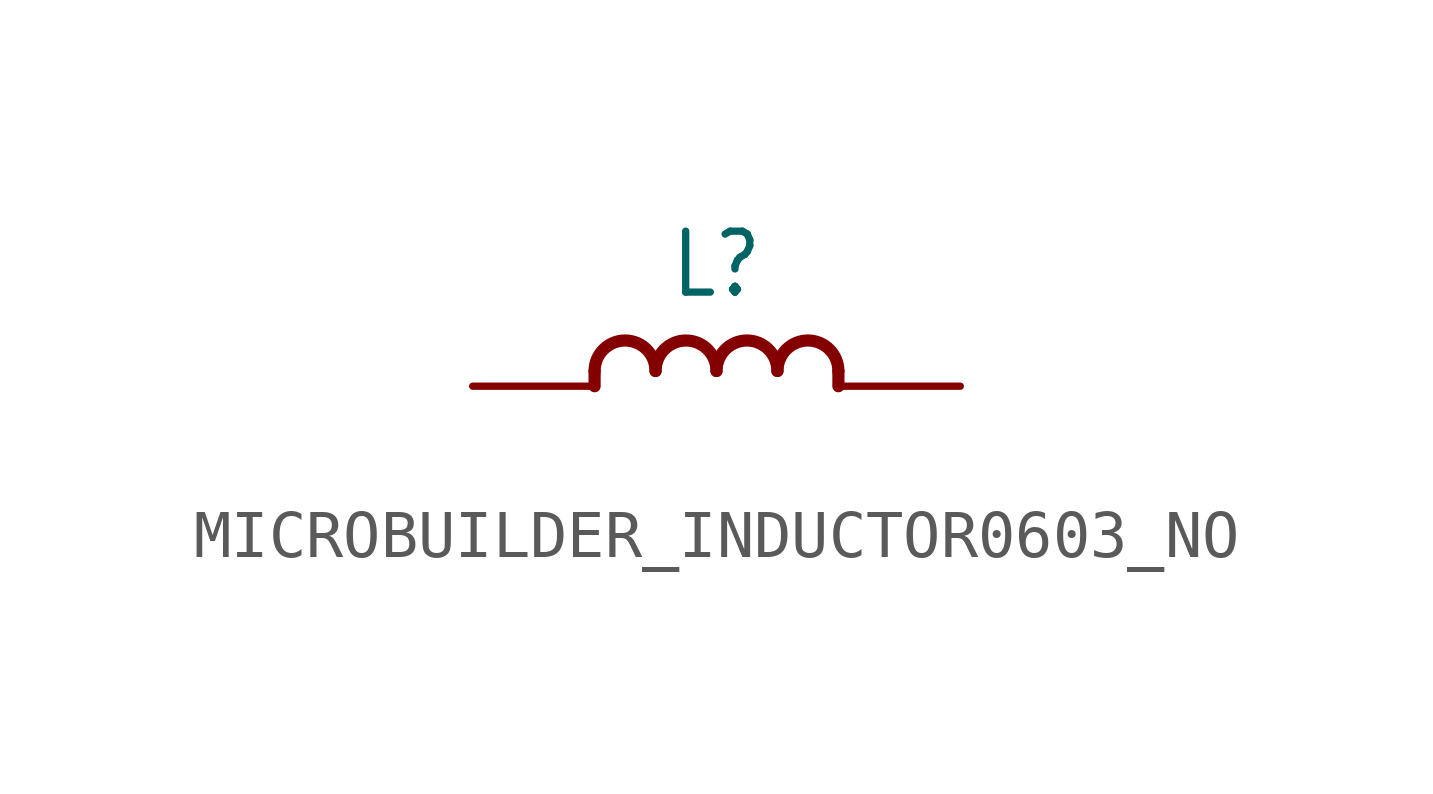
<source format=kicad_sym>
(kicad_symbol_lib
  (version 20220914)
  (generator kicad_symbol_editor)
  (symbol "MICROBUILDER_INDUCTOR0603_NO"
    (property "Reference" "L"
      (at 0 2.54 0)
      (effects (font (size 1.27 1.079))))
    (property "Value" ""
      (at 0 -1.54 0)
      (effects (font (size 1.27 1.079))))
    (property "ki_locked" ""
      (at 0 0 0)
      (effects (font (size 1.27 1.27))))
    (symbol "MICROBUILDER_INDUCTOR0603_NO_1_0"
      (arc (start -1.27 0.3173) (mid -1.9049 0.9497) (end -2.54 0.3175) (stroke (width 0.254) (type solid)) (fill (type none)))
      (polyline (pts (xy -2.54 0.318) (xy -2.54 0)) (stroke (width 0.254) (type solid)) (fill (type none)))
      (polyline (pts (xy 2.54 0.318) (xy 2.54 0)) (stroke (width 0.254) (type solid)) (fill (type none)))
      (arc (start 0 0.3173) (mid -0.6349 0.9497) (end -1.27 0.3175) (stroke (width 0.254) (type solid)) (fill (type none)))
      (arc (start 1.27 0.3173) (mid 0.6351 0.9497) (end 0 0.3175) (stroke (width 0.254) (type solid)) (fill (type none)))
      (arc (start 2.54 0.3173) (mid 1.9051 0.9497) (end 1.27 0.3175) (stroke (width 0.254) (type solid)) (fill (type none)))
      (pin passive line (at -5.08 0 0) (length 2.54) (name "1" (effects (font (size 0 0)))) (number "1" (effects (font (size 0 0)))))
      (pin passive line (at 5.08 0 180) (length 2.54) (name "2" (effects (font (size 0 0)))) (number "2" (effects (font (size 0 0))))))))
</source>
